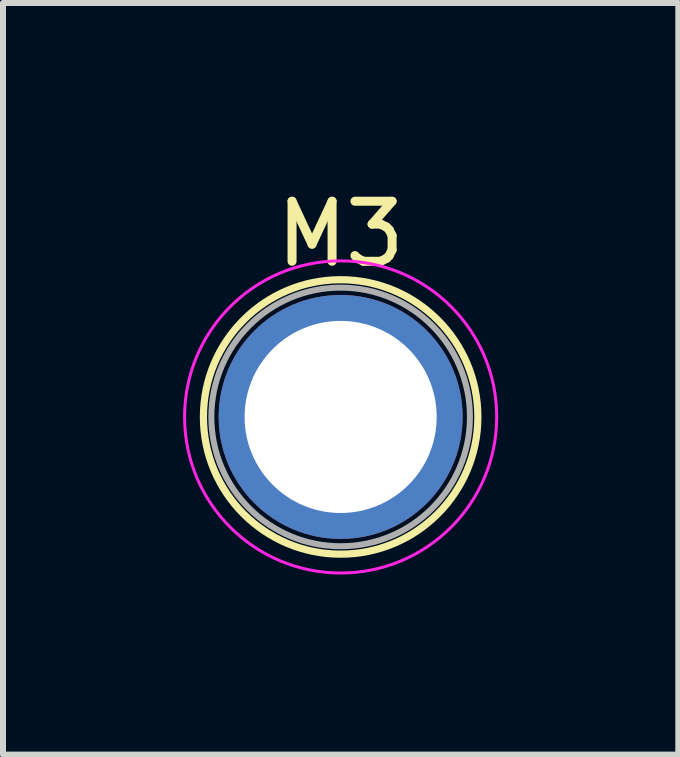
<source format=kicad_pcb>
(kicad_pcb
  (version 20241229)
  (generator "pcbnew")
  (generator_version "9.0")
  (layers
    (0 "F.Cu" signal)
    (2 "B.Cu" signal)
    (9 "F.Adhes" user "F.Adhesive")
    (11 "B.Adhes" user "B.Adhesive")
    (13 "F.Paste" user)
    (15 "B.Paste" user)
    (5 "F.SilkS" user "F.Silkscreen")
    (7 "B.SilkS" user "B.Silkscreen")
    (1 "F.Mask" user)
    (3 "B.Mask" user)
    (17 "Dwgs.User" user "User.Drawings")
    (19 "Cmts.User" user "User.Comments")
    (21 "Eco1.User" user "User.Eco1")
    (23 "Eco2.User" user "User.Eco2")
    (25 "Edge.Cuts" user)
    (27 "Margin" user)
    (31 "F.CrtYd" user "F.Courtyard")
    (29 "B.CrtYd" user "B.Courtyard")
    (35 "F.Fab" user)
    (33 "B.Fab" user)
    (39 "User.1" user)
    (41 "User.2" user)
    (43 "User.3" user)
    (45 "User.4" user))
  (footprint "M3"
    (layer "F.Cu")
    (at 2.625 3.896)
    (property "Reference" "M3" (at 0 -3.048 0) (layer "F.SilkS") (effects (font (size 1 1) (thickness 0.15))))
    (attr through_hole)
    (fp_circle (center 0 0) (end 0 -2.286) (stroke (width 0.12) (type solid)) (fill no) (layer "F.SilkS"))
    (fp_circle (center 0 0) (end 2.6 0) (stroke (width 0.05) (type solid)) (fill no) (layer "F.CrtYd"))
    (fp_circle (center 0 0) (end 2 0.8) (stroke (width 0.1) (type solid)) (fill no) (layer "F.Fab"))
    (pad "1" thru_hole circle (at 0 0) (size 4.064 4.064) (drill 3.2) (layers "*.Cu" "*.Mask")))
  (gr_rect
    (start -3 -3)
    (end 8.25 9.521)
    (stroke (width 0.1) (type default))
    (fill no)
    (layer "Edge.Cuts")))
</source>
